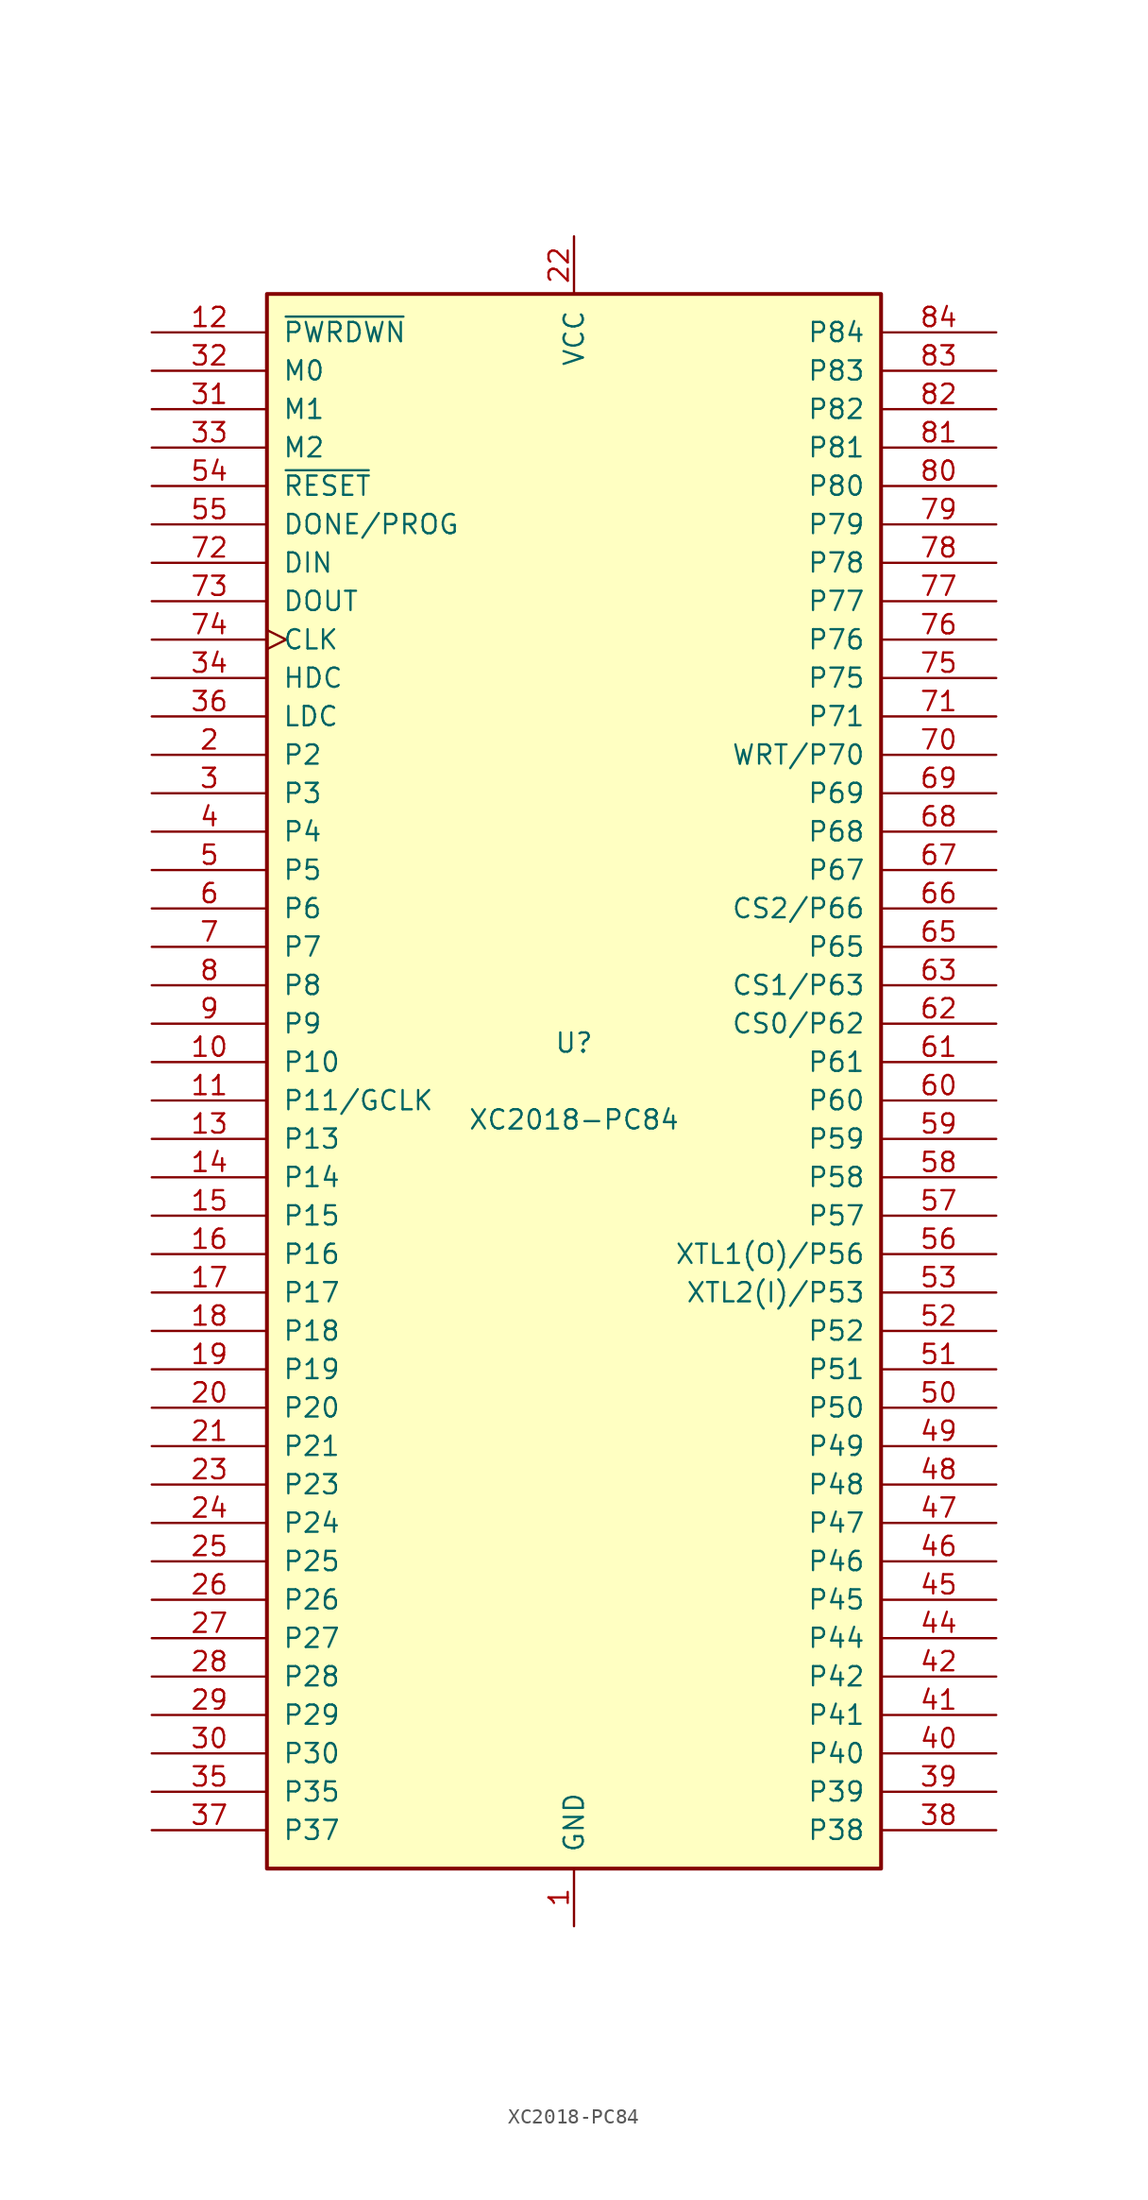
<source format=kicad_sym>
(kicad_symbol_lib
  (version 20241209)
  (generator "kicad_symbol_editor")
  (generator_version "9.0")
  (symbol "XC2018-PC84"
    (pin_names
      (offset 1.016))
    (property "Reference" "U"
      (at 0 2.54 0)
      (effects (font (size 1.27 1.27))))
    (property "Value" "XC2018-PC84"
      (at 0 -2.54 0)
      (effects (font (size 1.27 1.27))))
    (symbol "XC2018-PC84_0_1"
      (rectangle (start -20.32 -52.07) (end 20.32 52.07) (stroke (width 0.254) (type default)) (fill (type background))))
    (symbol "XC2018-PC84_1_1"
      (pin input line (at -27.94 49.53 0) (length 7.62) (name "~{PWRDWN}" (effects (font (size 1.27 1.27)))) (number "12" (effects (font (size 1.27 1.27)))))
      (pin input line (at -27.94 46.99 0) (length 7.62) (name "M0" (effects (font (size 1.27 1.27)))) (number "32" (effects (font (size 1.27 1.27)))))
      (pin input line (at -27.94 44.45 0) (length 7.62) (name "M1" (effects (font (size 1.27 1.27)))) (number "31" (effects (font (size 1.27 1.27)))))
      (pin bidirectional line (at -27.94 41.91 0) (length 7.62) (name "M2" (effects (font (size 1.27 1.27)))) (number "33" (effects (font (size 1.27 1.27)))))
      (pin input line (at -27.94 39.37 0) (length 7.62) (name "~{RESET}" (effects (font (size 1.27 1.27)))) (number "54" (effects (font (size 1.27 1.27)))))
      (pin bidirectional line (at -27.94 36.83 0) (length 7.62) (name "DONE/PROG" (effects (font (size 1.27 1.27)))) (number "55" (effects (font (size 1.27 1.27)))))
      (pin input line (at -27.94 34.29 0) (length 7.62) (name "DIN" (effects (font (size 1.27 1.27)))) (number "72" (effects (font (size 1.27 1.27)))))
      (pin passive line (at -27.94 31.75 0) (length 7.62) (name "DOUT" (effects (font (size 1.27 1.27)))) (number "73" (effects (font (size 1.27 1.27)))))
      (pin bidirectional clock (at -27.94 29.21 0) (length 7.62) (name "CLK" (effects (font (size 1.27 1.27)))) (number "74" (effects (font (size 1.27 1.27)))))
      (pin passive line (at -27.94 26.67 0) (length 7.62) (name "HDC" (effects (font (size 1.27 1.27)))) (number "34" (effects (font (size 1.27 1.27)))))
      (pin passive line (at -27.94 24.13 0) (length 7.62) (name "LDC" (effects (font (size 1.27 1.27)))) (number "36" (effects (font (size 1.27 1.27)))))
      (pin passive line (at -27.94 21.59 0) (length 7.62) (name "P2" (effects (font (size 1.27 1.27)))) (number "2" (effects (font (size 1.27 1.27)))))
      (pin passive line (at -27.94 19.05 0) (length 7.62) (name "P3" (effects (font (size 1.27 1.27)))) (number "3" (effects (font (size 1.27 1.27)))))
      (pin passive line (at -27.94 16.51 0) (length 7.62) (name "P4" (effects (font (size 1.27 1.27)))) (number "4" (effects (font (size 1.27 1.27)))))
      (pin passive line (at -27.94 13.97 0) (length 7.62) (name "P5" (effects (font (size 1.27 1.27)))) (number "5" (effects (font (size 1.27 1.27)))))
      (pin passive line (at -27.94 11.43 0) (length 7.62) (name "P6" (effects (font (size 1.27 1.27)))) (number "6" (effects (font (size 1.27 1.27)))))
      (pin passive line (at -27.94 8.89 0) (length 7.62) (name "P7" (effects (font (size 1.27 1.27)))) (number "7" (effects (font (size 1.27 1.27)))))
      (pin passive line (at -27.94 6.35 0) (length 7.62) (name "P8" (effects (font (size 1.27 1.27)))) (number "8" (effects (font (size 1.27 1.27)))))
      (pin passive line (at -27.94 3.81 0) (length 7.62) (name "P9" (effects (font (size 1.27 1.27)))) (number "9" (effects (font (size 1.27 1.27)))))
      (pin passive line (at -27.94 1.27 0) (length 7.62) (name "P10" (effects (font (size 1.27 1.27)))) (number "10" (effects (font (size 1.27 1.27)))))
      (pin passive line (at -27.94 -1.27 0) (length 7.62) (name "P11/GCLK" (effects (font (size 1.27 1.27)))) (number "11" (effects (font (size 1.27 1.27)))))
      (pin passive line (at -27.94 -3.81 0) (length 7.62) (name "P13" (effects (font (size 1.27 1.27)))) (number "13" (effects (font (size 1.27 1.27)))))
      (pin passive line (at -27.94 -6.35 0) (length 7.62) (name "P14" (effects (font (size 1.27 1.27)))) (number "14" (effects (font (size 1.27 1.27)))))
      (pin passive line (at -27.94 -8.89 0) (length 7.62) (name "P15" (effects (font (size 1.27 1.27)))) (number "15" (effects (font (size 1.27 1.27)))))
      (pin passive line (at -27.94 -11.43 0) (length 7.62) (name "P16" (effects (font (size 1.27 1.27)))) (number "16" (effects (font (size 1.27 1.27)))))
      (pin passive line (at -27.94 -13.97 0) (length 7.62) (name "P17" (effects (font (size 1.27 1.27)))) (number "17" (effects (font (size 1.27 1.27)))))
      (pin passive line (at -27.94 -16.51 0) (length 7.62) (name "P18" (effects (font (size 1.27 1.27)))) (number "18" (effects (font (size 1.27 1.27)))))
      (pin passive line (at -27.94 -19.05 0) (length 7.62) (name "P19" (effects (font (size 1.27 1.27)))) (number "19" (effects (font (size 1.27 1.27)))))
      (pin passive line (at -27.94 -21.59 0) (length 7.62) (name "P20" (effects (font (size 1.27 1.27)))) (number "20" (effects (font (size 1.27 1.27)))))
      (pin passive line (at -27.94 -24.13 0) (length 7.62) (name "P21" (effects (font (size 1.27 1.27)))) (number "21" (effects (font (size 1.27 1.27)))))
      (pin passive line (at -27.94 -26.67 0) (length 7.62) (name "P23" (effects (font (size 1.27 1.27)))) (number "23" (effects (font (size 1.27 1.27)))))
      (pin passive line (at -27.94 -29.21 0) (length 7.62) (name "P24" (effects (font (size 1.27 1.27)))) (number "24" (effects (font (size 1.27 1.27)))))
      (pin passive line (at -27.94 -31.75 0) (length 7.62) (name "P25" (effects (font (size 1.27 1.27)))) (number "25" (effects (font (size 1.27 1.27)))))
      (pin passive line (at -27.94 -34.29 0) (length 7.62) (name "P26" (effects (font (size 1.27 1.27)))) (number "26" (effects (font (size 1.27 1.27)))))
      (pin passive line (at -27.94 -36.83 0) (length 7.62) (name "P27" (effects (font (size 1.27 1.27)))) (number "27" (effects (font (size 1.27 1.27)))))
      (pin passive line (at -27.94 -39.37 0) (length 7.62) (name "P28" (effects (font (size 1.27 1.27)))) (number "28" (effects (font (size 1.27 1.27)))))
      (pin passive line (at -27.94 -41.91 0) (length 7.62) (name "P29" (effects (font (size 1.27 1.27)))) (number "29" (effects (font (size 1.27 1.27)))))
      (pin passive line (at -27.94 -44.45 0) (length 7.62) (name "P30" (effects (font (size 1.27 1.27)))) (number "30" (effects (font (size 1.27 1.27)))))
      (pin passive line (at -27.94 -46.99 0) (length 7.62) (name "P35" (effects (font (size 1.27 1.27)))) (number "35" (effects (font (size 1.27 1.27)))))
      (pin passive line (at -27.94 -49.53 0) (length 7.62) (name "P37" (effects (font (size 1.27 1.27)))) (number "37" (effects (font (size 1.27 1.27)))))
      (pin power_in line (at 0 55.88 270) (length 3.81) (name "VCC" (effects (font (size 1.27 1.27)))) (number "22" (effects (font (size 1.27 1.27)))))
      (pin passive line (at 0 55.88 270) (length 3.81) (hide yes) (name "VCC" (effects (font (size 1.27 1.27)))) (number "64" (effects (font (size 1.27 1.27)))))
      (pin power_in line (at 0 -55.88 90) (length 3.81) (name "GND" (effects (font (size 1.27 1.27)))) (number "1" (effects (font (size 1.27 1.27)))))
      (pin passive line (at 0 -55.88 90) (length 3.81) (hide yes) (name "GND" (effects (font (size 1.27 1.27)))) (number "43" (effects (font (size 1.27 1.27)))))
      (pin passive line (at 27.94 49.53 180) (length 7.62) (name "P84" (effects (font (size 1.27 1.27)))) (number "84" (effects (font (size 1.27 1.27)))))
      (pin passive line (at 27.94 46.99 180) (length 7.62) (name "P83" (effects (font (size 1.27 1.27)))) (number "83" (effects (font (size 1.27 1.27)))))
      (pin passive line (at 27.94 44.45 180) (length 7.62) (name "P82" (effects (font (size 1.27 1.27)))) (number "82" (effects (font (size 1.27 1.27)))))
      (pin passive line (at 27.94 41.91 180) (length 7.62) (name "P81" (effects (font (size 1.27 1.27)))) (number "81" (effects (font (size 1.27 1.27)))))
      (pin passive line (at 27.94 39.37 180) (length 7.62) (name "P80" (effects (font (size 1.27 1.27)))) (number "80" (effects (font (size 1.27 1.27)))))
      (pin passive line (at 27.94 36.83 180) (length 7.62) (name "P79" (effects (font (size 1.27 1.27)))) (number "79" (effects (font (size 1.27 1.27)))))
      (pin passive line (at 27.94 34.29 180) (length 7.62) (name "P78" (effects (font (size 1.27 1.27)))) (number "78" (effects (font (size 1.27 1.27)))))
      (pin passive line (at 27.94 31.75 180) (length 7.62) (name "P77" (effects (font (size 1.27 1.27)))) (number "77" (effects (font (size 1.27 1.27)))))
      (pin passive line (at 27.94 29.21 180) (length 7.62) (name "P76" (effects (font (size 1.27 1.27)))) (number "76" (effects (font (size 1.27 1.27)))))
      (pin passive line (at 27.94 26.67 180) (length 7.62) (name "P75" (effects (font (size 1.27 1.27)))) (number "75" (effects (font (size 1.27 1.27)))))
      (pin passive line (at 27.94 24.13 180) (length 7.62) (name "P71" (effects (font (size 1.27 1.27)))) (number "71" (effects (font (size 1.27 1.27)))))
      (pin passive line (at 27.94 21.59 180) (length 7.62) (name "WRT/P70" (effects (font (size 1.27 1.27)))) (number "70" (effects (font (size 1.27 1.27)))))
      (pin passive line (at 27.94 19.05 180) (length 7.62) (name "P69" (effects (font (size 1.27 1.27)))) (number "69" (effects (font (size 1.27 1.27)))))
      (pin passive line (at 27.94 16.51 180) (length 7.62) (name "P68" (effects (font (size 1.27 1.27)))) (number "68" (effects (font (size 1.27 1.27)))))
      (pin passive line (at 27.94 13.97 180) (length 7.62) (name "P67" (effects (font (size 1.27 1.27)))) (number "67" (effects (font (size 1.27 1.27)))))
      (pin passive line (at 27.94 11.43 180) (length 7.62) (name "CS2/P66" (effects (font (size 1.27 1.27)))) (number "66" (effects (font (size 1.27 1.27)))))
      (pin passive line (at 27.94 8.89 180) (length 7.62) (name "P65" (effects (font (size 1.27 1.27)))) (number "65" (effects (font (size 1.27 1.27)))))
      (pin passive line (at 27.94 6.35 180) (length 7.62) (name "CS1/P63" (effects (font (size 1.27 1.27)))) (number "63" (effects (font (size 1.27 1.27)))))
      (pin passive line (at 27.94 3.81 180) (length 7.62) (name "CS0/P62" (effects (font (size 1.27 1.27)))) (number "62" (effects (font (size 1.27 1.27)))))
      (pin passive line (at 27.94 1.27 180) (length 7.62) (name "P61" (effects (font (size 1.27 1.27)))) (number "61" (effects (font (size 1.27 1.27)))))
      (pin passive line (at 27.94 -1.27 180) (length 7.62) (name "P60" (effects (font (size 1.27 1.27)))) (number "60" (effects (font (size 1.27 1.27)))))
      (pin passive line (at 27.94 -3.81 180) (length 7.62) (name "P59" (effects (font (size 1.27 1.27)))) (number "59" (effects (font (size 1.27 1.27)))))
      (pin passive line (at 27.94 -6.35 180) (length 7.62) (name "P58" (effects (font (size 1.27 1.27)))) (number "58" (effects (font (size 1.27 1.27)))))
      (pin passive line (at 27.94 -8.89 180) (length 7.62) (name "P57" (effects (font (size 1.27 1.27)))) (number "57" (effects (font (size 1.27 1.27)))))
      (pin passive line (at 27.94 -11.43 180) (length 7.62) (name "XTL1(O)/P56" (effects (font (size 1.27 1.27)))) (number "56" (effects (font (size 1.27 1.27)))))
      (pin passive line (at 27.94 -13.97 180) (length 7.62) (name "XTL2(I)/P53" (effects (font (size 1.27 1.27)))) (number "53" (effects (font (size 1.27 1.27)))))
      (pin passive line (at 27.94 -16.51 180) (length 7.62) (name "P52" (effects (font (size 1.27 1.27)))) (number "52" (effects (font (size 1.27 1.27)))))
      (pin passive line (at 27.94 -19.05 180) (length 7.62) (name "P51" (effects (font (size 1.27 1.27)))) (number "51" (effects (font (size 1.27 1.27)))))
      (pin passive line (at 27.94 -21.59 180) (length 7.62) (name "P50" (effects (font (size 1.27 1.27)))) (number "50" (effects (font (size 1.27 1.27)))))
      (pin passive line (at 27.94 -24.13 180) (length 7.62) (name "P49" (effects (font (size 1.27 1.27)))) (number "49" (effects (font (size 1.27 1.27)))))
      (pin passive line (at 27.94 -26.67 180) (length 7.62) (name "P48" (effects (font (size 1.27 1.27)))) (number "48" (effects (font (size 1.27 1.27)))))
      (pin passive line (at 27.94 -29.21 180) (length 7.62) (name "P47" (effects (font (size 1.27 1.27)))) (number "47" (effects (font (size 1.27 1.27)))))
      (pin passive line (at 27.94 -31.75 180) (length 7.62) (name "P46" (effects (font (size 1.27 1.27)))) (number "46" (effects (font (size 1.27 1.27)))))
      (pin passive line (at 27.94 -34.29 180) (length 7.62) (name "P45" (effects (font (size 1.27 1.27)))) (number "45" (effects (font (size 1.27 1.27)))))
      (pin passive line (at 27.94 -36.83 180) (length 7.62) (name "P44" (effects (font (size 1.27 1.27)))) (number "44" (effects (font (size 1.27 1.27)))))
      (pin passive line (at 27.94 -39.37 180) (length 7.62) (name "P42" (effects (font (size 1.27 1.27)))) (number "42" (effects (font (size 1.27 1.27)))))
      (pin passive line (at 27.94 -41.91 180) (length 7.62) (name "P41" (effects (font (size 1.27 1.27)))) (number "41" (effects (font (size 1.27 1.27)))))
      (pin passive line (at 27.94 -44.45 180) (length 7.62) (name "P40" (effects (font (size 1.27 1.27)))) (number "40" (effects (font (size 1.27 1.27)))))
      (pin passive line (at 27.94 -46.99 180) (length 7.62) (name "P39" (effects (font (size 1.27 1.27)))) (number "39" (effects (font (size 1.27 1.27)))))
      (pin passive line (at 27.94 -49.53 180) (length 7.62) (name "P38" (effects (font (size 1.27 1.27)))) (number "38" (effects (font (size 1.27 1.27))))))))
</source>
